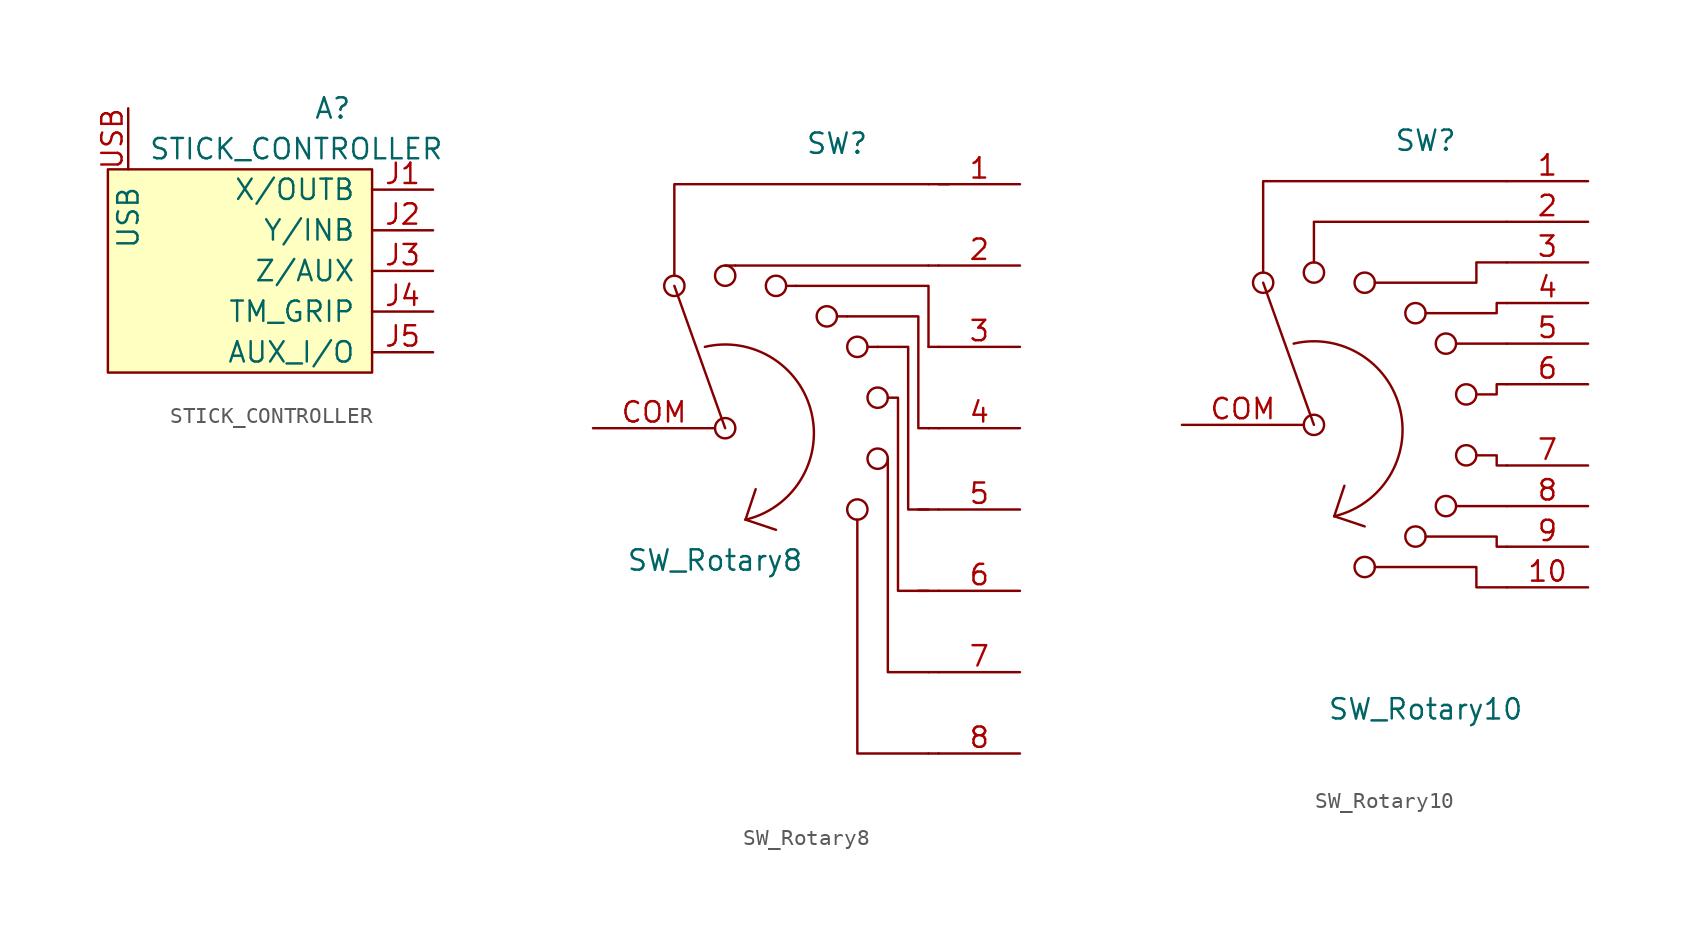
<source format=kicad_sym>
(kicad_symbol_lib
  (version 20220914)
  (generator kicad_symbol_editor)
  (symbol "STICK_CONTROLLER"
    (pin_names
      (offset 1.016))
    (property "Reference" "A"
      (at 6.35 16.51 0)
      (effects (font (size 1.27 1.27)) (justify right)))
    (property "Value" "STICK_CONTROLLER"
      (at -6.35 13.97 0)
      (effects (font (size 1.27 1.27)) (justify left)))
    (symbol "STICK_CONTROLLER_0_0"
      (pin unspecified line (at 11.43 11.43 180) (length 3.81) (name "X/OUTB" (effects (font (size 1.27 1.27)))) (number "J1" (effects (font (size 1.27 1.27)))))
      (pin unspecified line (at 11.43 8.89 180) (length 3.81) (name "Y/INB" (effects (font (size 1.27 1.27)))) (number "J2" (effects (font (size 1.27 1.27)))))
      (pin unspecified line (at 11.43 6.35 180) (length 3.81) (name "Z/AUX" (effects (font (size 1.27 1.27)))) (number "J3" (effects (font (size 1.27 1.27)))))
      (pin unspecified line (at 11.43 3.81 180) (length 3.81) (name "TM_GRIP" (effects (font (size 1.27 1.27)))) (number "J4" (effects (font (size 1.27 1.27)))))
      (pin unspecified line (at 11.43 1.27 180) (length 3.81) (name "AUX_I/O" (effects (font (size 1.27 1.27)))) (number "J5" (effects (font (size 1.27 1.27)))))
      (pin unspecified line (at -7.62 16.51 270) (length 3.81) (name "USB" (effects (font (size 1.27 1.27)))) (number "USB" (effects (font (size 1.27 1.27))))))
    (symbol "STICK_CONTROLLER_0_1"
      (rectangle (start -8.89 12.7) (end 7.62 0) (stroke (width 0) (type default)) (fill (type background)))))
  (symbol "SW_Rotary8"
    (pin_names
      (offset 1.016) hide)
    (property "Reference" "SW"
      (at 0 17.78 0)
      (effects (font (size 1.27 1.27))))
    (property "Value" "SW_Rotary8"
      (at -7.62 -8.255 0)
      (effects (font (size 1.27 1.27))))
    (symbol "SW_Rotary8_0_0"
      (circle (center -10.16 8.89) (radius 0.635) (stroke (width 0) (type default)) (fill (type none)))
      (circle (center -6.985 0) (radius 0.635) (stroke (width 0) (type default)) (fill (type none)))
      (circle (center -6.985 9.525) (radius 0.635) (stroke (width 0) (type default)) (fill (type none)))
      (arc (start -5.715 -5.715) (mid -1.5995 0.937) (end -8.255 5.08) (stroke (width 0) (type default)) (fill (type none)))
      (circle (center -3.81 8.89) (radius 0.635) (stroke (width 0) (type default)) (fill (type none)))
      (circle (center -0.635 6.985) (radius 0.635) (stroke (width 0) (type default)) (fill (type none)))
      (polyline (pts (xy -6.985 0) (xy -10.16 8.89)) (stroke (width 0) (type default)) (fill (type none)))
      (polyline (pts (xy -5.715 -5.715) (xy -5.08 -3.81)) (stroke (width 0) (type default)) (fill (type none)))
      (polyline (pts (xy -5.715 -5.715) (xy -3.81 -6.35)) (stroke (width 0) (type default)) (fill (type none)))
      (circle (center 1.27 -5.08) (radius 0.635) (stroke (width 0) (type default)) (fill (type none)))
      (circle (center 1.27 5.08) (radius 0.635) (stroke (width 0) (type default)) (fill (type none)))
      (circle (center 2.54 -1.905) (radius 0.635) (stroke (width 0) (type default)) (fill (type none)))
      (circle (center 2.54 1.905) (radius 0.635) (stroke (width 0) (type default)) (fill (type none))))
    (symbol "SW_Rotary8_0_1"
      (polyline (pts (xy -6.35 10.16) (xy -6.985 10.16)) (stroke (width 0) (type default)) (fill (type none)))
      (polyline (pts (xy -6.35 10.16) (xy 5.715 10.16)) (stroke (width 0) (type default)) (fill (type none)))
      (polyline (pts (xy -2.54 8.89) (xy -3.175 8.89)) (stroke (width 0) (type default)) (fill (type none)))
      (polyline (pts (xy 0.635 6.985) (xy 0 6.985)) (stroke (width 0) (type default)) (fill (type none)))
      (polyline (pts (xy 2.54 5.08) (xy 1.905 5.08)) (stroke (width 0) (type default)) (fill (type none)))
      (polyline (pts (xy 5.08 -5.08) (xy 6.35 -5.08)) (stroke (width 0) (type default)) (fill (type none)))
      (polyline (pts (xy 5.715 -15.24) (xy 6.35 -15.24)) (stroke (width 0) (type default)) (fill (type none)))
      (polyline (pts (xy 5.715 5.08) (xy 6.35 5.08)) (stroke (width 0) (type default)) (fill (type none)))
      (polyline (pts (xy 5.715 15.24) (xy 6.985 15.24)) (stroke (width 0) (type default)) (fill (type none)))
      (polyline (pts (xy 6.35 -20.32) (xy 5.715 -20.32)) (stroke (width 0) (type default)) (fill (type none)))
      (polyline (pts (xy 6.35 -10.16) (xy 5.08 -10.16)) (stroke (width 0) (type default)) (fill (type none)))
      (polyline (pts (xy 6.35 0) (xy 5.715 0)) (stroke (width 0) (type default)) (fill (type none)))
      (polyline (pts (xy 6.35 10.16) (xy 5.715 10.16)) (stroke (width 0) (type default)) (fill (type none)))
      (polyline (pts (xy 3.175 -1.905) (xy 3.175 -15.24) (xy 5.715 -15.24)) (stroke (width 0) (type default)) (fill (type none)))
      (polyline (pts (xy 5.715 -20.32) (xy 1.27 -20.32) (xy 1.27 -5.715)) (stroke (width 0) (type default)) (fill (type none)))
      (polyline (pts (xy 5.715 5.08) (xy 5.715 8.89) (xy -2.54 8.89)) (stroke (width 0) (type default)) (fill (type none)))
      (polyline (pts (xy 5.715 15.24) (xy -10.16 15.24) (xy -10.16 9.525)) (stroke (width 0) (type default)) (fill (type none)))
      (polyline (pts (xy 0.635 6.985) (xy 5.08 6.985) (xy 5.08 0) (xy 5.715 0)) (stroke (width 0) (type default)) (fill (type none)))
      (polyline (pts (xy 2.54 5.08) (xy 4.445 5.08) (xy 4.445 -5.08) (xy 5.715 -5.08)) (stroke (width 0) (type default)) (fill (type none)))
      (polyline (pts (xy 3.175 1.905) (xy 3.81 1.905) (xy 3.81 -10.16) (xy 5.715 -10.16)) (stroke (width 0) (type default)) (fill (type none)))
      (pin passive line (at 11.43 15.24 180) (length 5.08) (name "1" (effects (font (size 1.27 1.27)))) (number "1" (effects (font (size 1.27 1.27)))))
      (pin passive line (at 11.43 10.16 180) (length 5.08) (name "2" (effects (font (size 1.27 1.27)))) (number "2" (effects (font (size 1.27 1.27)))))
      (pin passive line (at 11.43 5.08 180) (length 5.08) (name "3" (effects (font (size 1.27 1.27)))) (number "3" (effects (font (size 1.27 1.27)))))
      (pin passive line (at 11.43 0 180) (length 5.08) (name "4" (effects (font (size 1.27 1.27)))) (number "4" (effects (font (size 1.27 1.27)))))
      (pin passive line (at 11.43 -5.08 180) (length 5.08) (name "5" (effects (font (size 1.27 1.27)))) (number "5" (effects (font (size 1.27 1.27)))))
      (pin passive line (at 11.43 -10.16 180) (length 5.08) (name "6" (effects (font (size 1.27 1.27)))) (number "6" (effects (font (size 1.27 1.27)))))
      (pin passive line (at 11.43 -15.24 180) (length 5.08) (name "7" (effects (font (size 1.27 1.27)))) (number "7" (effects (font (size 1.27 1.27)))))
      (pin passive line (at 11.43 -20.32 180) (length 5.08) (name "8" (effects (font (size 1.27 1.27)))) (number "8" (effects (font (size 1.27 1.27)))))
      (pin passive line (at -15.24 0 0) (length 7.62) (name "COM" (effects (font (size 1.27 1.27)))) (number "COM" (effects (font (size 1.27 1.27)))))))
  (symbol "SW_Rotary10"
    (pin_names
      (offset 1.016) hide)
    (property "Reference" "SW"
      (at 0 17.78 0)
      (effects (font (size 1.27 1.27))))
    (property "Value" "SW_Rotary10"
      (at 0 -17.78 0)
      (effects (font (size 1.27 1.27))))
    (symbol "SW_Rotary10_0_0"
      (circle (center -10.16 8.89) (radius 0.635) (stroke (width 0) (type default)) (fill (type none)))
      (circle (center -6.985 0) (radius 0.635) (stroke (width 0) (type default)) (fill (type none)))
      (circle (center -6.985 9.525) (radius 0.635) (stroke (width 0) (type default)) (fill (type none)))
      (arc (start -5.715 -5.715) (mid -1.5995 0.937) (end -8.255 5.08) (stroke (width 0) (type default)) (fill (type none)))
      (circle (center -3.81 -8.89) (radius 0.635) (stroke (width 0) (type default)) (fill (type none)))
      (circle (center -3.81 8.89) (radius 0.635) (stroke (width 0) (type default)) (fill (type none)))
      (circle (center -0.635 -6.985) (radius 0.635) (stroke (width 0) (type default)) (fill (type none)))
      (circle (center -0.635 6.985) (radius 0.635) (stroke (width 0) (type default)) (fill (type none)))
      (polyline (pts (xy -6.985 0) (xy -10.16 8.89)) (stroke (width 0) (type default)) (fill (type none)))
      (polyline (pts (xy -5.715 -5.715) (xy -5.08 -3.81)) (stroke (width 0) (type default)) (fill (type none)))
      (polyline (pts (xy -5.715 -5.715) (xy -3.81 -6.35)) (stroke (width 0) (type default)) (fill (type none)))
      (polyline (pts (xy 1.905 -5.08) (xy 5.08 -5.08)) (stroke (width 0) (type default)) (fill (type none)))
      (polyline (pts (xy 1.905 5.08) (xy 5.08 5.08)) (stroke (width 0) (type default)) (fill (type none)))
      (polyline (pts (xy -10.16 9.525) (xy -10.16 15.24) (xy 5.08 15.24)) (stroke (width 0) (type default)) (fill (type none)))
      (polyline (pts (xy -6.985 10.16) (xy -6.985 12.7) (xy 5.08 12.7)) (stroke (width 0) (type default)) (fill (type none)))
      (polyline (pts (xy -3.175 -8.89) (xy 3.175 -8.89) (xy 3.175 -10.16) (xy 5.08 -10.16)) (stroke (width 0) (type default)) (fill (type none)))
      (polyline (pts (xy -3.175 8.89) (xy 3.175 8.89) (xy 3.175 10.16) (xy 5.08 10.16)) (stroke (width 0) (type default)) (fill (type none)))
      (polyline (pts (xy 0 -6.985) (xy 4.445 -6.985) (xy 4.445 -7.62) (xy 5.08 -7.62)) (stroke (width 0) (type default)) (fill (type none)))
      (polyline (pts (xy 0 6.985) (xy 4.445 6.985) (xy 4.445 7.62) (xy 5.08 7.62)) (stroke (width 0) (type default)) (fill (type none)))
      (polyline (pts (xy 3.175 -1.905) (xy 4.445 -1.905) (xy 4.445 -2.54) (xy 5.08 -2.54)) (stroke (width 0) (type default)) (fill (type none)))
      (polyline (pts (xy 3.175 1.905) (xy 4.445 1.905) (xy 4.445 2.54) (xy 5.08 2.54)) (stroke (width 0) (type default)) (fill (type none)))
      (circle (center 1.27 -5.08) (radius 0.635) (stroke (width 0) (type default)) (fill (type none)))
      (circle (center 1.27 5.08) (radius 0.635) (stroke (width 0) (type default)) (fill (type none)))
      (circle (center 2.54 -1.905) (radius 0.635) (stroke (width 0) (type default)) (fill (type none)))
      (circle (center 2.54 1.905) (radius 0.635) (stroke (width 0) (type default)) (fill (type none))))
    (symbol "SW_Rotary10_0_1"
      (pin passive line (at 10.16 15.24 180) (length 5.08) (name "1" (effects (font (size 1.27 1.27)))) (number "1" (effects (font (size 1.27 1.27)))))
      (pin passive line (at 10.16 -10.16 180) (length 5.08) (name "10" (effects (font (size 1.27 1.27)))) (number "10" (effects (font (size 1.27 1.27)))))
      (pin passive line (at 10.16 12.7 180) (length 5.08) (name "2" (effects (font (size 1.27 1.27)))) (number "2" (effects (font (size 1.27 1.27)))))
      (pin passive line (at 10.16 10.16 180) (length 5.08) (name "3" (effects (font (size 1.27 1.27)))) (number "3" (effects (font (size 1.27 1.27)))))
      (pin passive line (at 10.16 7.62 180) (length 5.08) (name "4" (effects (font (size 1.27 1.27)))) (number "4" (effects (font (size 1.27 1.27)))))
      (pin passive line (at 10.16 5.08 180) (length 5.08) (name "5" (effects (font (size 1.27 1.27)))) (number "5" (effects (font (size 1.27 1.27)))))
      (pin passive line (at 10.16 2.54 180) (length 5.08) (name "6" (effects (font (size 1.27 1.27)))) (number "6" (effects (font (size 1.27 1.27)))))
      (pin passive line (at 10.16 -2.54 180) (length 5.08) (name "7" (effects (font (size 1.27 1.27)))) (number "7" (effects (font (size 1.27 1.27)))))
      (pin passive line (at 10.16 -5.08 180) (length 5.08) (name "8" (effects (font (size 1.27 1.27)))) (number "8" (effects (font (size 1.27 1.27)))))
      (pin passive line (at 10.16 -7.62 180) (length 5.08) (name "9" (effects (font (size 1.27 1.27)))) (number "9" (effects (font (size 1.27 1.27)))))
      (pin passive line (at -15.24 0 0) (length 7.62) (name "COM" (effects (font (size 1.27 1.27)))) (number "COM" (effects (font (size 1.27 1.27))))))))
</source>
